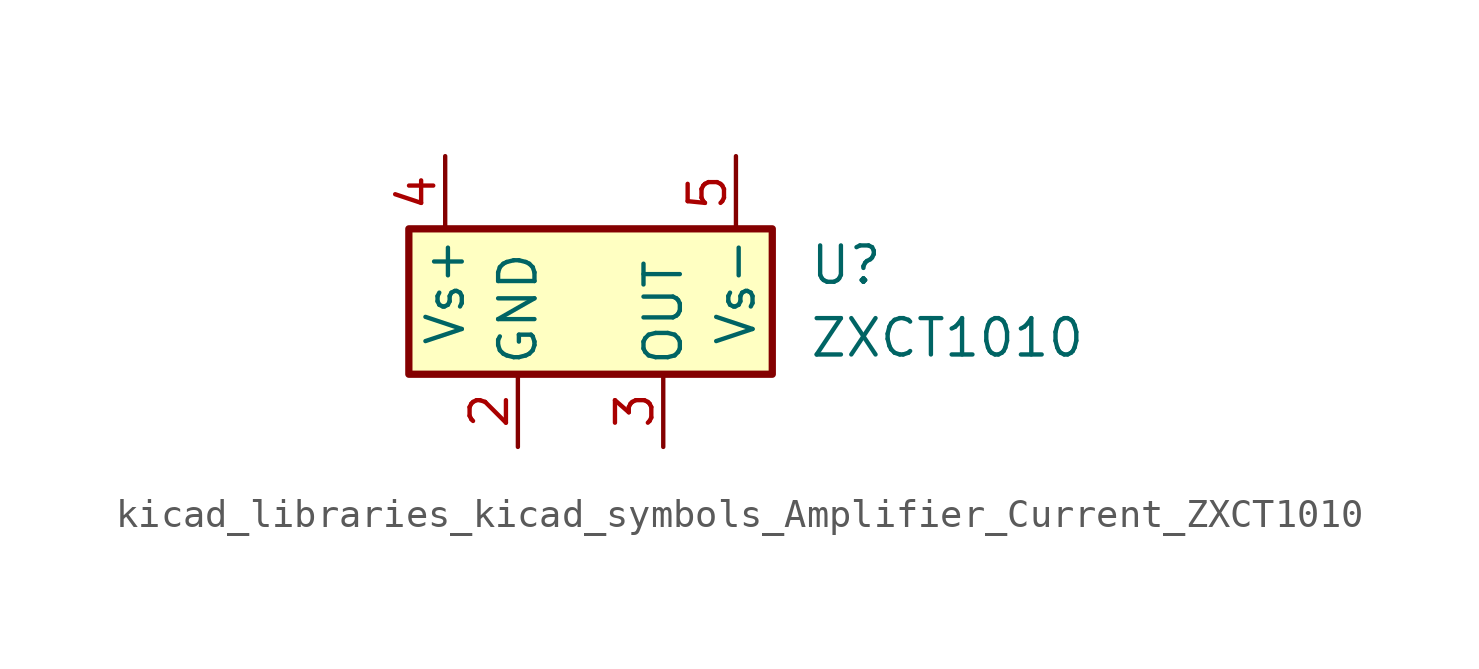
<source format=kicad_sym>
(kicad_symbol_lib
  (version 20220914)
  (generator kicad_symbol_editor)
  (symbol "kicad_libraries_kicad_symbols_Amplifier_Current_ZXCT1010"
    (pin_names
      (offset 0.254))
    (property "Reference" "U"
      (at 7.62 1.27 0)
      (effects (font (size 1.27 1.27)) (justify left)))
    (property "Value" "ZXCT1010"
      (at 7.62 -1.27 0)
      (effects (font (size 1.27 1.27)) (justify left)))
    (symbol "kicad_libraries_kicad_symbols_Amplifier_Current_ZXCT1010_0_1"
      (rectangle (start -6.35 2.54) (end 6.35 -2.54) (stroke (width 0.254) (type default)) (fill (type background))))
    (symbol "kicad_libraries_kicad_symbols_Amplifier_Current_ZXCT1010_1_1"
      (pin no_connect line (at 0 2.54 270) (length 2.54) hide (name "NC" (effects (font (size 1.27 1.27)))) (number "1" (effects (font (size 1.27 1.27)))))
      (pin power_in line (at -2.54 -5.08 90) (length 2.54) (name "GND" (effects (font (size 1.27 1.27)))) (number "2" (effects (font (size 1.27 1.27)))))
      (pin output line (at 2.54 -5.08 90) (length 2.54) (name "OUT" (effects (font (size 1.27 1.27)))) (number "3" (effects (font (size 1.27 1.27)))))
      (pin input line (at -5.08 5.08 270) (length 2.54) (name "Vs+" (effects (font (size 1.27 1.27)))) (number "4" (effects (font (size 1.27 1.27)))))
      (pin input line (at 5.08 5.08 270) (length 2.54) (name "Vs-" (effects (font (size 1.27 1.27)))) (number "5" (effects (font (size 1.27 1.27))))))))
</source>
